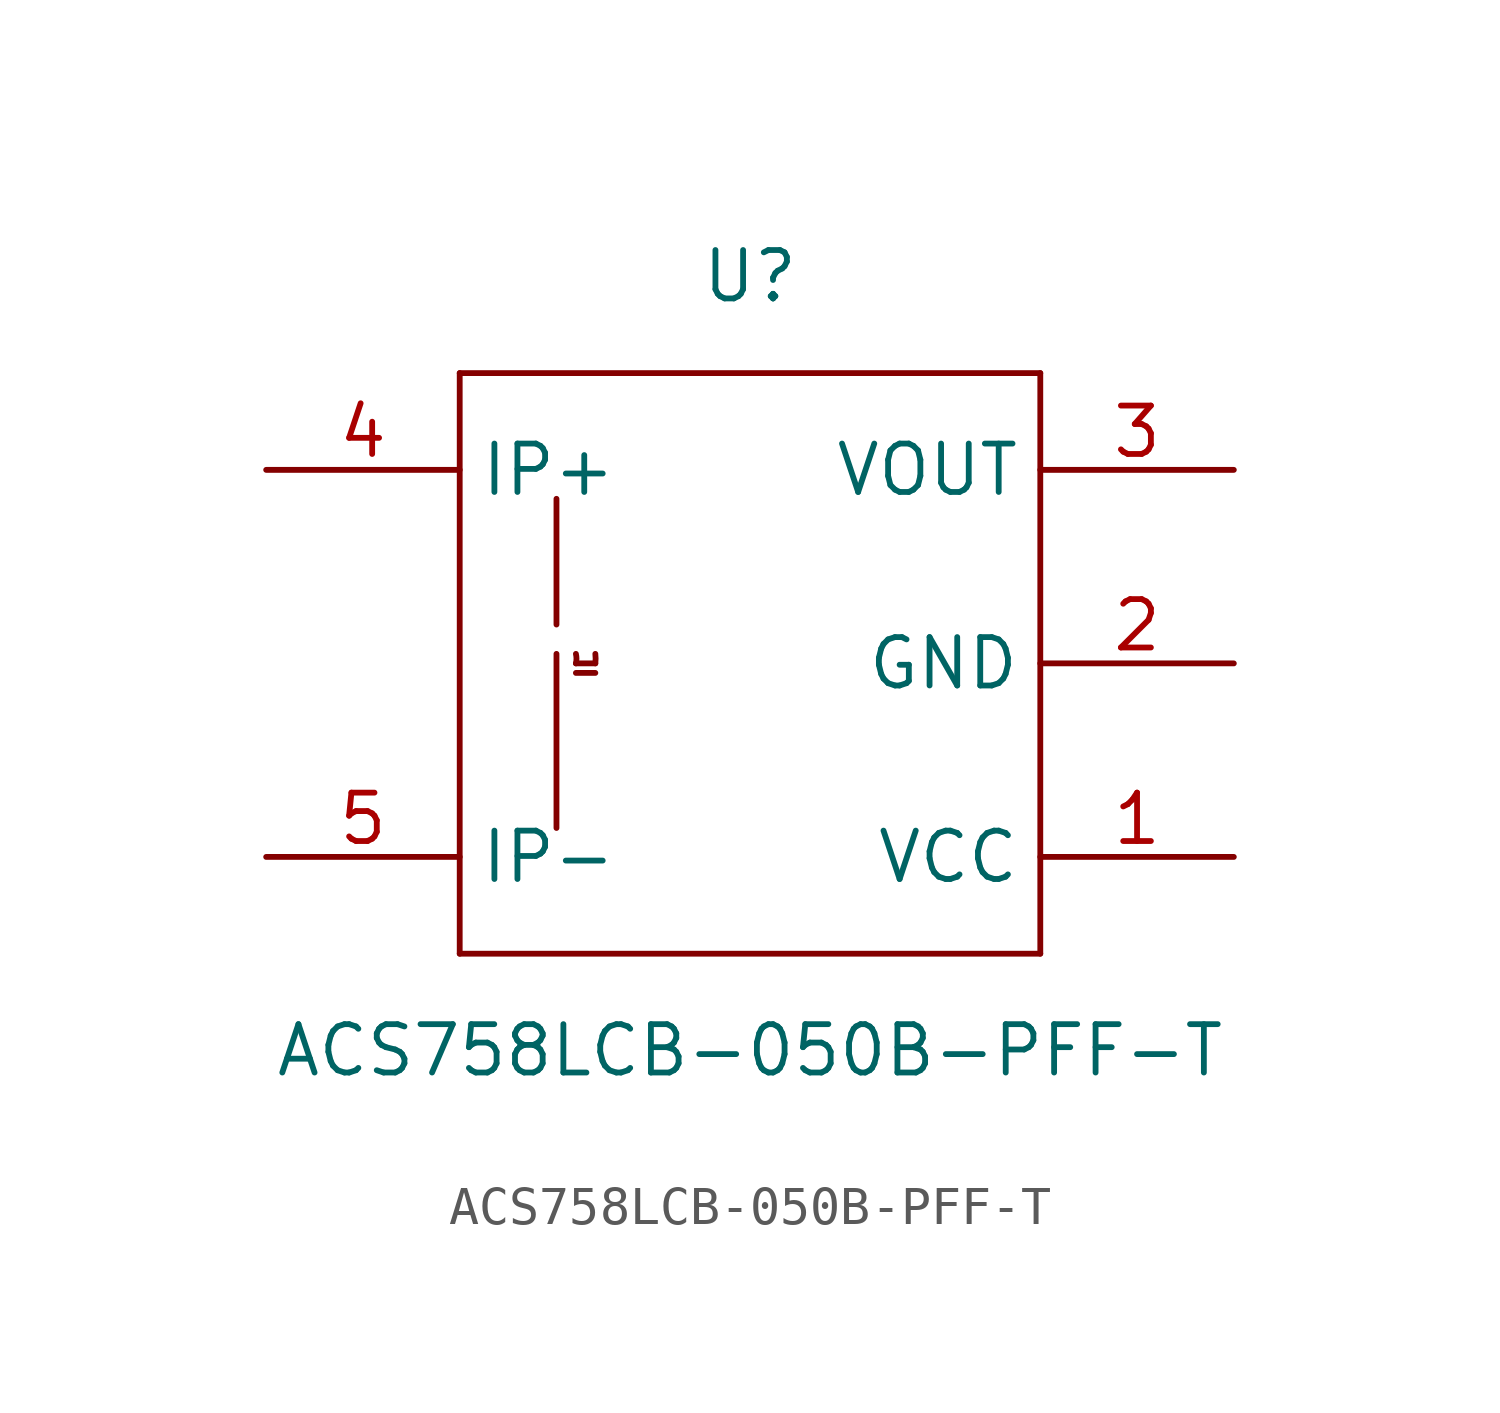
<source format=kicad_sym>
(kicad_symbol_lib
  (version 20211014)
  (generator https://github.com/uPesy/easyeda2kicad.py)
  (symbol "ACS758LCB-050B-PFF-T"
    (property "Reference" "U"
      (at 0 10.16 0)
      (effects (font (size 1.27 1.27))))
    (property "Value" "ACS758LCB-050B-PFF-T"
      (at 0 -10.16 0)
      (effects (font (size 1.27 1.27))))
    (symbol "ACS758LCB-050B-PFF-T_0_1"
      (arc (start -4.57 0.00) (mid -5.03 0.65) (end -4.57 0.25) (stroke (width 0) (type default) (color 0 0 0 0)) (fill (type none)))
      (arc (start -4.06 0.00) (mid -4.42 0.91) (end -4.06 0.25) (stroke (width 0) (type default) (color 0 0 0 0)) (fill (type none)))
      (polyline (pts (xy 7.62 7.62) (xy 7.62 -7.62)) (stroke (width 0) (type default) (color 0 0 0 0)) (fill (type none)))
      (polyline (pts (xy 7.62 -7.62) (xy -7.62 -7.62)) (stroke (width 0) (type default) (color 0 0 0 0)) (fill (type none)))
      (polyline (pts (xy -7.62 -7.62) (xy -7.62 7.62)) (stroke (width 0) (type default) (color 0 0 0 0)) (fill (type none)))
      (polyline (pts (xy -7.62 7.62) (xy 7.62 7.62)) (stroke (width 0) (type default) (color 0 0 0 0)) (fill (type none)))
      (polyline (pts (xy -5.08 4.32) (xy -5.08 1.02)) (stroke (width 0) (type default) (color 0 0 0 0)) (fill (type none)))
      (polyline (pts (xy -5.08 0.25) (xy -5.08 -4.32)) (stroke (width 0) (type default) (color 0 0 0 0)) (fill (type none)))
      (polyline (pts (xy -4.57 -0.00) (xy -4.06 -0.00)) (stroke (width 0) (type default) (color 0 0 0 0)) (fill (type none)))
      (polyline (pts (xy -4.57 -0.25) (xy -4.06 -0.25)) (stroke (width 0) (type default) (color 0 0 0 0)) (fill (type none)))
      (pin power_in line (at 12.70 -0.00 180) (length 5.08) (name "GND" (effects (font (size 1.27 1.27)))) (number "2" (effects (font (size 1.27 1.27)))))
      (pin power_in line (at 12.70 -5.08 180) (length 5.08) (name "VCC" (effects (font (size 1.27 1.27)))) (number "1" (effects (font (size 1.27 1.27)))))
      (pin output line (at 12.70 5.08 180) (length 5.08) (name "VOUT" (effects (font (size 1.27 1.27)))) (number "3" (effects (font (size 1.27 1.27)))))
      (pin unspecified line (at -12.70 5.08 0) (length 5.08) (name "IP+" (effects (font (size 1.27 1.27)))) (number "4" (effects (font (size 1.27 1.27)))))
      (pin unspecified line (at -12.70 -5.08 0) (length 5.08) (name "IP-" (effects (font (size 1.27 1.27)))) (number "5" (effects (font (size 1.27 1.27))))))))
</source>
